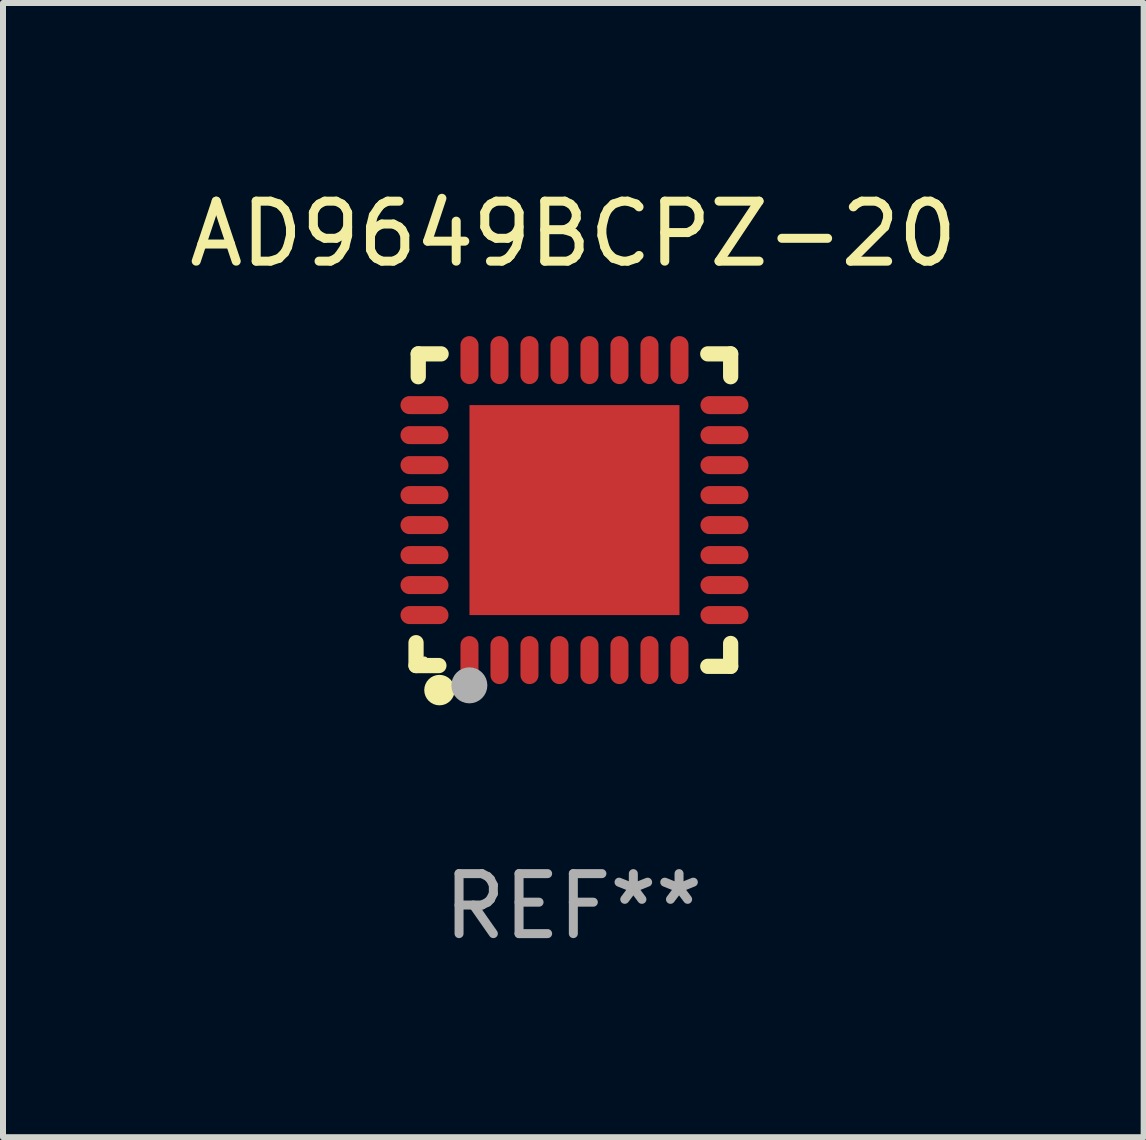
<source format=kicad_pcb>
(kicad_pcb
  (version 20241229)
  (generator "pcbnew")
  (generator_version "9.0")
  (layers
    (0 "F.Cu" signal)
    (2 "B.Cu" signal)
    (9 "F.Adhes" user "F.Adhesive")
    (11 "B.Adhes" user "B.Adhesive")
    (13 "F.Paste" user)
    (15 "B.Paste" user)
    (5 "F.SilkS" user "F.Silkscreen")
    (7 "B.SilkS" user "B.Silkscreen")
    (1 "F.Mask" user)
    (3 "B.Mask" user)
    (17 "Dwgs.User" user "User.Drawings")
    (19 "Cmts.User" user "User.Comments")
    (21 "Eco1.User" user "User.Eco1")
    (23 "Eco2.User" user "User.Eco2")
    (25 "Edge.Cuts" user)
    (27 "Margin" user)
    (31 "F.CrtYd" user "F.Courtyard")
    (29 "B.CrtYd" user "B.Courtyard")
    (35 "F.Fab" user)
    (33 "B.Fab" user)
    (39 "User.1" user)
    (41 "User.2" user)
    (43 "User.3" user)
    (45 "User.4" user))
  (footprint "AD9649BCPZ-20"
    (layer "F.Cu")
    (at 6.506 5.452)
    (property "Reference" "AD9649BCPZ-20" (at 0 -4.604 0) (layer "F.SilkS") (effects (font (size 1 1) (thickness 0.15))))
    (attr through_hole)
    (fp_line (start -2.622 2.21) (end -2.622 2.591) (stroke (width 0.254) (type solid)) (layer "F.SilkS"))
    (fp_line (start -2.622 2.591) (end -2.241 2.591) (stroke (width 0.254) (type solid)) (layer "F.SilkS"))
    (fp_line (start -2.585 -2.604) (end -2.585 -2.223) (stroke (width 0.254) (type solid)) (layer "F.SilkS"))
    (fp_line (start -2.204 -2.604) (end -2.585 -2.604) (stroke (width 0.254) (type solid)) (layer "F.SilkS"))
    (fp_line (start 2.241 2.604) (end 2.622 2.604) (stroke (width 0.254) (type solid)) (layer "F.SilkS"))
    (fp_line (start 2.622 -2.604) (end 2.241 -2.604) (stroke (width 0.254) (type solid)) (layer "F.SilkS"))
    (fp_line (start 2.622 -2.223) (end 2.622 -2.604) (stroke (width 0.254) (type solid)) (layer "F.SilkS"))
    (fp_line (start 2.622 2.604) (end 2.622 2.223) (stroke (width 0.254) (type solid)) (layer "F.SilkS"))
    (fp_circle (center -2.481 2.5) (end -2.451 2.5) (stroke (width 0.06) (type solid)) (fill no) (layer "F.SilkS"))
    (fp_circle (center -2.231 3) (end -2.104 3) (stroke (width 0.254) (type solid)) (fill no) (layer "F.SilkS"))
    (fp_circle (center -1.733 2.921) (end -1.583 2.921) (stroke (width 0.3) (type solid)) (fill no) (layer "F.Fab"))
    (fp_text user "REF**" (at 0 6.604 0) (layer "F.Fab") (effects (font (size 1 1) (thickness 0.15))))
    (pad "1" smd oval (at -1.731 2.5 90) (size 0.8 0.3) (layers "F.Cu" "F.Mask" "F.Paste"))
    (pad "2" smd oval (at -1.231 2.5 90) (size 0.8 0.3) (layers "F.Cu" "F.Mask" "F.Paste"))
    (pad "3" smd oval (at -0.731 2.5 90) (size 0.8 0.3) (layers "F.Cu" "F.Mask" "F.Paste"))
    (pad "4" smd oval (at -0.231 2.5 90) (size 0.8 0.3) (layers "F.Cu" "F.Mask" "F.Paste"))
    (pad "5" smd oval (at 0.269 2.5 90) (size 0.8 0.3) (layers "F.Cu" "F.Mask" "F.Paste"))
    (pad "6" smd oval (at 0.769 2.5 90) (size 0.8 0.3) (layers "F.Cu" "F.Mask" "F.Paste"))
    (pad "7" smd oval (at 1.269 2.5 90) (size 0.8 0.3) (layers "F.Cu" "F.Mask" "F.Paste"))
    (pad "8" smd oval (at 1.769 2.5 90) (size 0.8 0.3) (layers "F.Cu" "F.Mask" "F.Paste"))
    (pad "9" smd oval (at 2.519 1.75 180) (size 0.8 0.3) (layers "F.Cu" "F.Mask" "F.Paste"))
    (pad "10" smd oval (at 2.519 1.25 180) (size 0.8 0.3) (layers "F.Cu" "F.Mask" "F.Paste"))
    (pad "11" smd oval (at 2.519 0.75 180) (size 0.8 0.3) (layers "F.Cu" "F.Mask" "F.Paste"))
    (pad "12" smd oval (at 2.519 0.25 180) (size 0.8 0.3) (layers "F.Cu" "F.Mask" "F.Paste"))
    (pad "13" smd oval (at 2.519 -0.25 180) (size 0.8 0.3) (layers "F.Cu" "F.Mask" "F.Paste"))
    (pad "14" smd oval (at 2.519 -0.75 180) (size 0.8 0.3) (layers "F.Cu" "F.Mask" "F.Paste"))
    (pad "15" smd oval (at 2.519 -1.25 180) (size 0.8 0.3) (layers "F.Cu" "F.Mask" "F.Paste"))
    (pad "16" smd oval (at 2.519 -1.75 180) (size 0.8 0.3) (layers "F.Cu" "F.Mask" "F.Paste"))
    (pad "17" smd oval (at 1.769 -2.5 270) (size 0.8 0.3) (layers "F.Cu" "F.Mask" "F.Paste"))
    (pad "18" smd oval (at 1.269 -2.5 270) (size 0.8 0.3) (layers "F.Cu" "F.Mask" "F.Paste"))
    (pad "19" smd oval (at 0.769 -2.5 270) (size 0.8 0.3) (layers "F.Cu" "F.Mask" "F.Paste"))
    (pad "20" smd oval (at 0.269 -2.5 270) (size 0.8 0.3) (layers "F.Cu" "F.Mask" "F.Paste"))
    (pad "21" smd oval (at -0.231 -2.5 270) (size 0.8 0.3) (layers "F.Cu" "F.Mask" "F.Paste"))
    (pad "22" smd oval (at -0.731 -2.5 270) (size 0.8 0.3) (layers "F.Cu" "F.Mask" "F.Paste"))
    (pad "23" smd oval (at -1.231 -2.5 270) (size 0.8 0.3) (layers "F.Cu" "F.Mask" "F.Paste"))
    (pad "24" smd oval (at -1.731 -2.5 270) (size 0.8 0.3) (layers "F.Cu" "F.Mask" "F.Paste"))
    (pad "25" smd oval (at -2.481 -1.75) (size 0.8 0.3) (layers "F.Cu" "F.Mask" "F.Paste"))
    (pad "26" smd oval (at -2.481 -1.25) (size 0.8 0.3) (layers "F.Cu" "F.Mask" "F.Paste"))
    (pad "27" smd oval (at -2.481 -0.75) (size 0.8 0.3) (layers "F.Cu" "F.Mask" "F.Paste"))
    (pad "28" smd oval (at -2.481 -0.25) (size 0.8 0.3) (layers "F.Cu" "F.Mask" "F.Paste"))
    (pad "29" smd oval (at -2.481 0.25) (size 0.8 0.3) (layers "F.Cu" "F.Mask" "F.Paste"))
    (pad "30" smd oval (at -2.481 0.75) (size 0.8 0.3) (layers "F.Cu" "F.Mask" "F.Paste"))
    (pad "31" smd oval (at -2.481 1.25) (size 0.8 0.3) (layers "F.Cu" "F.Mask" "F.Paste"))
    (pad "32" smd oval (at -2.481 1.75) (size 0.8 0.3) (layers "F.Cu" "F.Mask" "F.Paste"))
    (pad "33" smd rect (at 0.019 -0.000025 90) (size 3.5 3.5) (layers "F.Cu" "F.Mask" "F.Paste")))
  (gr_rect
    (start -3 -3)
    (end 16.012 15.904)
    (stroke (width 0.1) (type default))
    (fill no)
    (layer "Edge.Cuts")))
</source>
